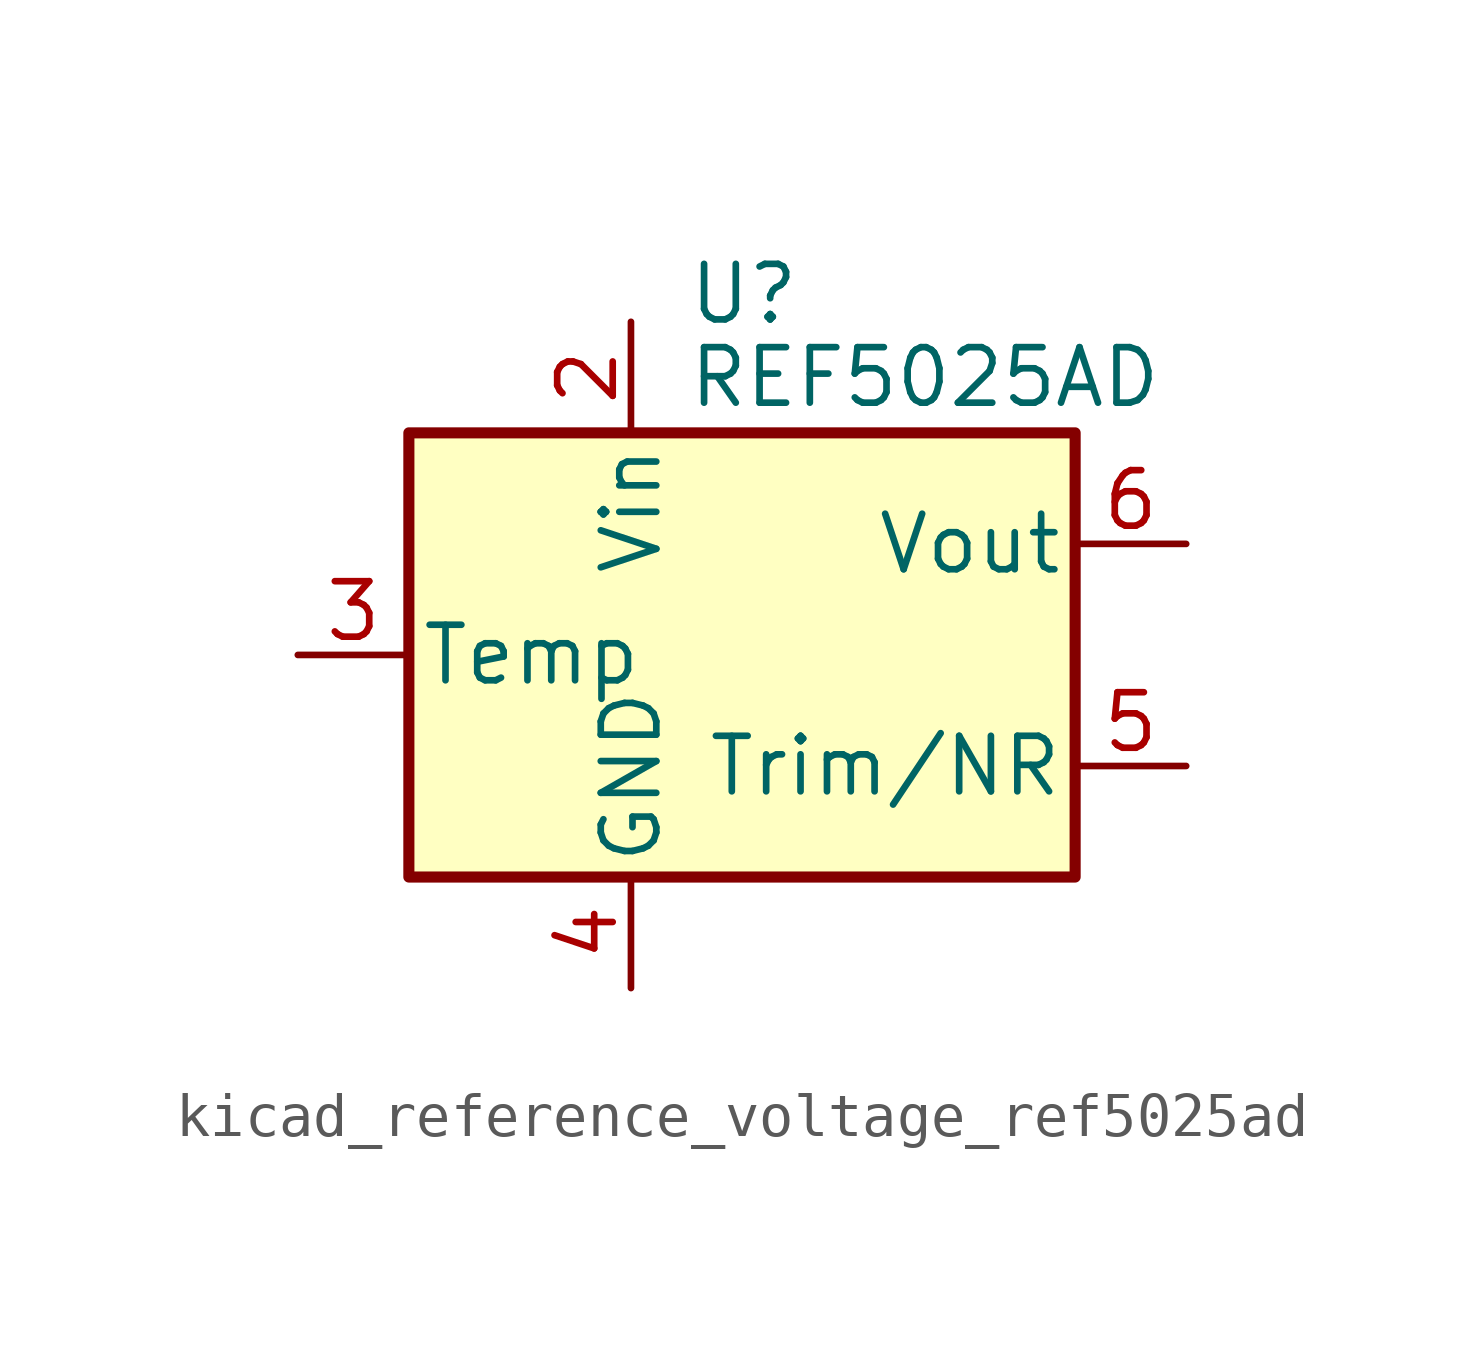
<source format=kicad_sym>
(kicad_symbol_lib
  (version 20220914)
  (generator kicad_symbol_editor)
  (symbol "kicad_reference_voltage_ref5025ad"
    (pin_names
      (offset 0.254))
    (property "Reference" "U"
      (at -1.27 8.255 0)
      (effects (font (size 1.27 1.27)) (justify left)))
    (property "Value" "REF5025AD"
      (at -1.27 6.35 0)
      (effects (font (size 1.27 1.27)) (justify left)))
    (symbol "kicad_reference_voltage_ref5025ad_0_1"
      (rectangle (start -7.62 5.08) (end 7.62 -5.08) (stroke (width 0.254) (type default)) (fill (type background))))
    (symbol "kicad_reference_voltage_ref5025ad_1_1"
      (pin no_connect line (at -7.62 2.54 0) (length 2.54) hide (name "DNC" (effects (font (size 1.27 1.27)))) (number "1" (effects (font (size 1.27 1.27)))))
      (pin power_in line (at -2.54 7.62 270) (length 2.54) (name "Vin" (effects (font (size 1.27 1.27)))) (number "2" (effects (font (size 1.27 1.27)))))
      (pin passive line (at -10.16 0 0) (length 2.54) (name "Temp" (effects (font (size 1.27 1.27)))) (number "3" (effects (font (size 1.27 1.27)))))
      (pin power_in line (at -2.54 -7.62 90) (length 2.54) (name "GND" (effects (font (size 1.27 1.27)))) (number "4" (effects (font (size 1.27 1.27)))))
      (pin passive line (at 10.16 -2.54 180) (length 2.54) (name "Trim/NR" (effects (font (size 1.27 1.27)))) (number "5" (effects (font (size 1.27 1.27)))))
      (pin power_out line (at 10.16 2.54 180) (length 2.54) (name "Vout" (effects (font (size 1.27 1.27)))) (number "6" (effects (font (size 1.27 1.27)))))
      (pin no_connect line (at -5.08 -5.08 90) (length 2.54) hide (name "NC" (effects (font (size 1.27 1.27)))) (number "7" (effects (font (size 1.27 1.27)))))
      (pin no_connect line (at 7.62 0 180) (length 2.54) hide (name "DNC" (effects (font (size 1.27 1.27)))) (number "8" (effects (font (size 1.27 1.27))))))))
</source>
